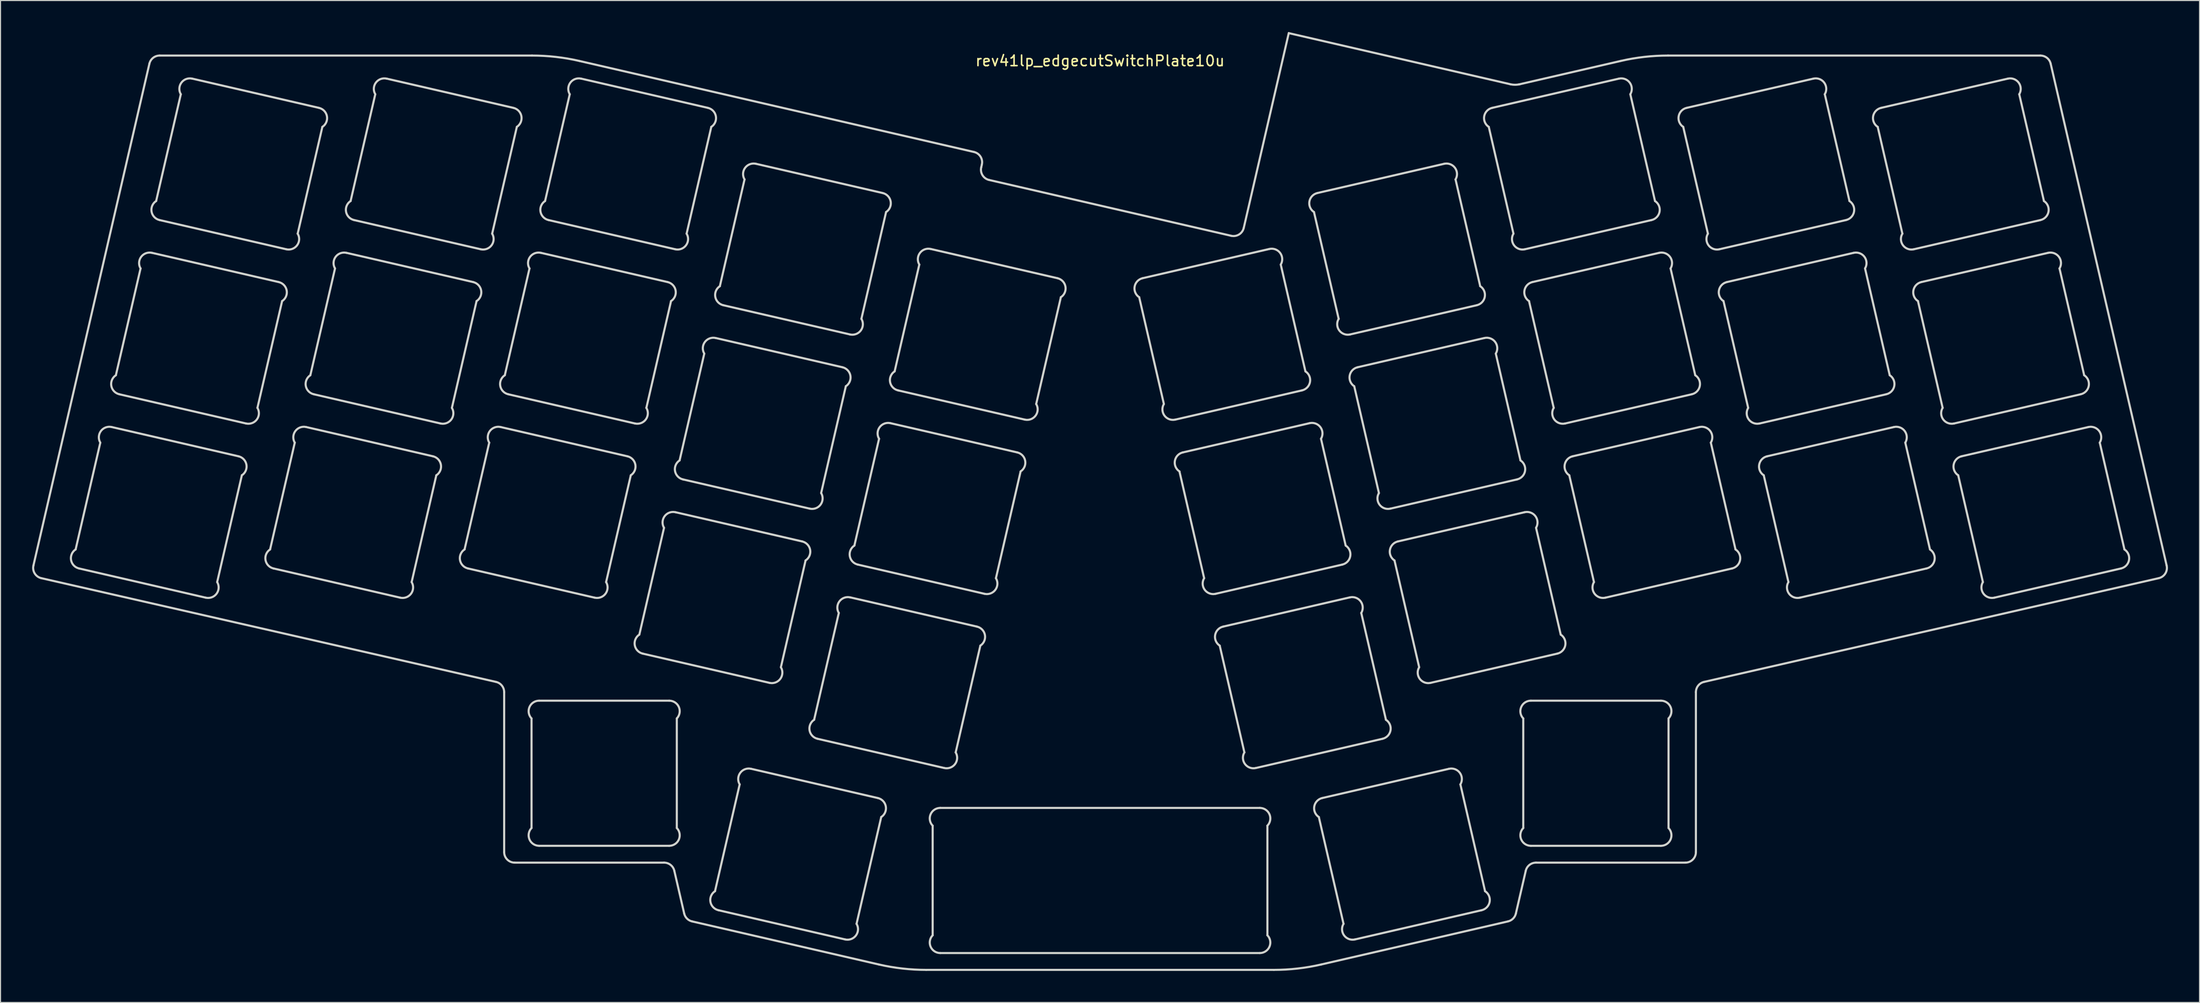
<source format=kicad_pcb>
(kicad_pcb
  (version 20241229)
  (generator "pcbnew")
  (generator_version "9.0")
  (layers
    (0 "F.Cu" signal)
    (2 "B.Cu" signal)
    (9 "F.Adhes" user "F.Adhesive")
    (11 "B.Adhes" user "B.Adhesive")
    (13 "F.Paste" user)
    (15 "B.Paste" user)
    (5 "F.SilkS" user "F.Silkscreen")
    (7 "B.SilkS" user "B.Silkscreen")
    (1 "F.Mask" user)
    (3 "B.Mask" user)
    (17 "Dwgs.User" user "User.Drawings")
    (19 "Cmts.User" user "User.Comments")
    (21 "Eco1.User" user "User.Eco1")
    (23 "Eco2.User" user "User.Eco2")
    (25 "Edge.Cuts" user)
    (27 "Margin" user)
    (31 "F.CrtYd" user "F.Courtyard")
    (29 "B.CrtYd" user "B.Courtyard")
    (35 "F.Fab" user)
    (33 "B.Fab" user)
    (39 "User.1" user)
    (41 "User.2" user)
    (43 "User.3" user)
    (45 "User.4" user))
  (footprint "rev41lp_edgecutSwitchPlate10u"
    (layer "F.Cu")
    (at 101.449 2.233)
    (property "Reference" "rev41lp_edgecutSwitchPlate10u" (at 0 0.5 0) (layer "F.SilkS") (effects (font (size 1 1) (thickness 0.15))))
    (attr through_hole)
    (fp_line (start -101.324 48.494) (end -90.307 0.775) (stroke (width 0.2) (type solid)) (layer "Edge.Cuts"))
    (fp_line (start -96.99 48.769) (end -84.953 51.548) (stroke (width 0.2) (type solid)) (layer "Edge.Cuts"))
    (fp_line (start -94.971 36.807) (end -97.314 46.959) (stroke (width 0.2) (type solid)) (layer "Edge.Cuts"))
    (fp_line (start -93.166 32.205) (end -81.129 34.984) (stroke (width 0.2) (type solid)) (layer "Edge.Cuts"))
    (fp_line (start -91.146 20.243) (end -93.49 30.395) (stroke (width 0.2) (type solid)) (layer "Edge.Cuts"))
    (fp_line (start -89.342 15.64) (end -77.304 18.419) (stroke (width 0.2) (type solid)) (layer "Edge.Cuts"))
    (fp_line (start -89.332 0) (end -53.96 0) (stroke (width 0.2) (type solid)) (layer "Edge.Cuts"))
    (fp_line (start -87.322 3.679) (end -89.666 13.83) (stroke (width 0.2) (type solid)) (layer "Edge.Cuts"))
    (fp_line (start -83.868 50.063) (end -81.524 39.912) (stroke (width 0.2) (type solid)) (layer "Edge.Cuts"))
    (fp_line (start -81.848 38.102) (end -93.886 35.323) (stroke (width 0.2) (type solid)) (layer "Edge.Cuts"))
    (fp_line (start -80.044 33.499) (end -77.7 23.347) (stroke (width 0.2) (type solid)) (layer "Edge.Cuts"))
    (fp_line (start -78.516 48.769) (end -66.479 51.548) (stroke (width 0.2) (type solid)) (layer "Edge.Cuts"))
    (fp_line (start -78.024 21.537) (end -90.061 18.758) (stroke (width 0.2) (type solid)) (layer "Edge.Cuts"))
    (fp_line (start -76.497 36.807) (end -78.841 46.959) (stroke (width 0.2) (type solid)) (layer "Edge.Cuts"))
    (fp_line (start -76.22 16.935) (end -73.876 6.783) (stroke (width 0.2) (type solid)) (layer "Edge.Cuts"))
    (fp_line (start -74.692 32.205) (end -62.655 34.984) (stroke (width 0.2) (type solid)) (layer "Edge.Cuts"))
    (fp_line (start -74.2 4.973) (end -86.237 2.194) (stroke (width 0.2) (type solid)) (layer "Edge.Cuts"))
    (fp_line (start -72.673 20.243) (end -75.017 30.395) (stroke (width 0.2) (type solid)) (layer "Edge.Cuts"))
    (fp_line (start -70.868 15.64) (end -58.831 18.419) (stroke (width 0.2) (type solid)) (layer "Edge.Cuts"))
    (fp_line (start -68.849 3.679) (end -71.192 13.83) (stroke (width 0.2) (type solid)) (layer "Edge.Cuts"))
    (fp_line (start -65.394 50.063) (end -63.051 39.912) (stroke (width 0.2) (type solid)) (layer "Edge.Cuts"))
    (fp_line (start -63.375 38.102) (end -75.412 35.323) (stroke (width 0.2) (type solid)) (layer "Edge.Cuts"))
    (fp_line (start -61.57 33.499) (end -59.227 23.347) (stroke (width 0.2) (type solid)) (layer "Edge.Cuts"))
    (fp_line (start -60.043 48.769) (end -48.006 51.548) (stroke (width 0.2) (type solid)) (layer "Edge.Cuts"))
    (fp_line (start -59.551 21.537) (end -71.588 18.758) (stroke (width 0.2) (type solid)) (layer "Edge.Cuts"))
    (fp_line (start -58.024 36.807) (end -60.367 46.959) (stroke (width 0.2) (type solid)) (layer "Edge.Cuts"))
    (fp_line (start -57.746 16.935) (end -55.402 6.783) (stroke (width 0.2) (type solid)) (layer "Edge.Cuts"))
    (fp_line (start -57.38 59.556) (end -100.574 49.693) (stroke (width 0.2) (type solid)) (layer "Edge.Cuts"))
    (fp_line (start -56.605 75.741) (end -56.605 60.53) (stroke (width 0.2) (type solid)) (layer "Edge.Cuts"))
    (fp_line (start -56.219 32.205) (end -44.182 34.984) (stroke (width 0.2) (type solid)) (layer "Edge.Cuts"))
    (fp_line (start -55.727 4.973) (end -67.764 2.194) (stroke (width 0.2) (type solid)) (layer "Edge.Cuts"))
    (fp_line (start -54.199 20.243) (end -56.543 30.395) (stroke (width 0.2) (type solid)) (layer "Edge.Cuts"))
    (fp_line (start -54.005 63.031) (end -54.005 73.45) (stroke (width 0.2) (type solid)) (layer "Edge.Cuts"))
    (fp_line (start -53.282 75.141) (end -40.928 75.141) (stroke (width 0.2) (type solid)) (layer "Edge.Cuts"))
    (fp_line (start -52.395 15.64) (end -40.358 18.419) (stroke (width 0.2) (type solid)) (layer "Edge.Cuts"))
    (fp_line (start -50.375 3.679) (end -52.719 13.83) (stroke (width 0.2) (type solid)) (layer "Edge.Cuts"))
    (fp_line (start -49.461 0.513) (end -11.976 9.167) (stroke (width 0.2) (type solid)) (layer "Edge.Cuts"))
    (fp_line (start -46.921 50.063) (end -44.577 39.912) (stroke (width 0.2) (type solid)) (layer "Edge.Cuts"))
    (fp_line (start -44.902 38.102) (end -56.939 35.323) (stroke (width 0.2) (type solid)) (layer "Edge.Cuts"))
    (fp_line (start -43.439 56.867) (end -31.402 59.646) (stroke (width 0.2) (type solid)) (layer "Edge.Cuts"))
    (fp_line (start -43.097 33.499) (end -40.753 23.347) (stroke (width 0.2) (type solid)) (layer "Edge.Cuts"))
    (fp_line (start -41.42 44.906) (end -43.763 55.057) (stroke (width 0.2) (type solid)) (layer "Edge.Cuts"))
    (fp_line (start -41.416 76.741) (end -55.605 76.741) (stroke (width 0.2) (type solid)) (layer "Edge.Cuts"))
    (fp_line (start -41.077 21.537) (end -53.114 18.758) (stroke (width 0.2) (type solid)) (layer "Edge.Cuts"))
    (fp_line (start -40.928 61.341) (end -53.282 61.341) (stroke (width 0.2) (type solid)) (layer "Edge.Cuts"))
    (fp_line (start -40.205 73.45) (end -40.205 63.031) (stroke (width 0.2) (type solid)) (layer "Edge.Cuts"))
    (fp_line (start -39.615 40.303) (end -27.578 43.082) (stroke (width 0.2) (type solid)) (layer "Edge.Cuts"))
    (fp_line (start -39.503 81.58) (end -40.442 77.516) (stroke (width 0.2) (type solid)) (layer "Edge.Cuts"))
    (fp_line (start -39.273 16.935) (end -36.929 6.783) (stroke (width 0.2) (type solid)) (layer "Edge.Cuts"))
    (fp_line (start -37.596 28.341) (end -39.939 38.493) (stroke (width 0.2) (type solid)) (layer "Edge.Cuts"))
    (fp_line (start -37.253 4.973) (end -49.29 2.194) (stroke (width 0.2) (type solid)) (layer "Edge.Cuts"))
    (fp_line (start -36.252 81.265) (end -24.215 84.044) (stroke (width 0.2) (type solid)) (layer "Edge.Cuts"))
    (fp_line (start -35.791 23.739) (end -23.754 26.518) (stroke (width 0.2) (type solid)) (layer "Edge.Cuts"))
    (fp_line (start -34.233 69.303) (end -36.576 79.455) (stroke (width 0.2) (type solid)) (layer "Edge.Cuts"))
    (fp_line (start -33.771 11.777) (end -36.115 21.929) (stroke (width 0.2) (type solid)) (layer "Edge.Cuts"))
    (fp_line (start -30.317 58.161) (end -27.973 48.01) (stroke (width 0.2) (type solid)) (layer "Edge.Cuts"))
    (fp_line (start -28.298 46.2) (end -40.335 43.421) (stroke (width 0.2) (type solid)) (layer "Edge.Cuts"))
    (fp_line (start -26.835 64.965) (end -14.798 67.744) (stroke (width 0.2) (type solid)) (layer "Edge.Cuts"))
    (fp_line (start -26.493 41.597) (end -24.149 31.446) (stroke (width 0.2) (type solid)) (layer "Edge.Cuts"))
    (fp_line (start -24.816 53.004) (end -27.16 63.155) (stroke (width 0.2) (type solid)) (layer "Edge.Cuts"))
    (fp_line (start -24.474 29.636) (end -36.511 26.857) (stroke (width 0.2) (type solid)) (layer "Edge.Cuts"))
    (fp_line (start -23.13 82.559) (end -20.786 72.408) (stroke (width 0.2) (type solid)) (layer "Edge.Cuts"))
    (fp_line (start -23.011 48.401) (end -10.974 51.18) (stroke (width 0.2) (type solid)) (layer "Edge.Cuts"))
    (fp_line (start -22.669 25.033) (end -20.325 14.881) (stroke (width 0.2) (type solid)) (layer "Edge.Cuts"))
    (fp_line (start -21.111 70.598) (end -33.148 67.819) (stroke (width 0.2) (type solid)) (layer "Edge.Cuts"))
    (fp_line (start -21.01 86.426) (end -38.754 82.329) (stroke (width 0.2) (type solid)) (layer "Edge.Cuts"))
    (fp_line (start -20.992 36.44) (end -23.335 46.591) (stroke (width 0.2) (type solid)) (layer "Edge.Cuts"))
    (fp_line (start -20.649 13.071) (end -32.686 10.292) (stroke (width 0.2) (type solid)) (layer "Edge.Cuts"))
    (fp_line (start -19.187 31.837) (end -7.15 34.616) (stroke (width 0.2) (type solid)) (layer "Edge.Cuts"))
    (fp_line (start -17.168 19.875) (end -19.511 30.027) (stroke (width 0.2) (type solid)) (layer "Edge.Cuts"))
    (fp_line (start -15.9 73.229) (end -15.9 83.648) (stroke (width 0.2) (type solid)) (layer "Edge.Cuts"))
    (fp_line (start -15.177 85.338) (end 15.177 85.338) (stroke (width 0.2) (type solid)) (layer "Edge.Cuts"))
    (fp_line (start -13.713 66.26) (end -11.37 56.108) (stroke (width 0.2) (type solid)) (layer "Edge.Cuts"))
    (fp_line (start -11.694 54.298) (end -23.731 51.519) (stroke (width 0.2) (type solid)) (layer "Edge.Cuts"))
    (fp_line (start -11.227 10.366) (end -11.287 10.629) (stroke (width 0.2) (type solid)) (layer "Edge.Cuts"))
    (fp_line (start -10.538 11.828) (end 12.454 17.136) (stroke (width 0.2) (type solid)) (layer "Edge.Cuts"))
    (fp_line (start -9.889 49.695) (end -7.545 39.544) (stroke (width 0.2) (type solid)) (layer "Edge.Cuts"))
    (fp_line (start -7.87 37.734) (end -19.907 34.955) (stroke (width 0.2) (type solid)) (layer "Edge.Cuts"))
    (fp_line (start -6.065 33.131) (end -3.721 22.98) (stroke (width 0.2) (type solid)) (layer "Edge.Cuts"))
    (fp_line (start -4.046 21.17) (end -16.083 18.391) (stroke (width 0.2) (type solid)) (layer "Edge.Cuts"))
    (fp_line (start 3.721 22.98) (end 6.065 33.131) (stroke (width 0.2) (type solid)) (layer "Edge.Cuts"))
    (fp_line (start 7.15 34.616) (end 19.187 31.837) (stroke (width 0.2) (type solid)) (layer "Edge.Cuts"))
    (fp_line (start 7.545 39.544) (end 9.889 49.695) (stroke (width 0.2) (type solid)) (layer "Edge.Cuts"))
    (fp_line (start 10.974 51.18) (end 23.011 48.401) (stroke (width 0.2) (type solid)) (layer "Edge.Cuts"))
    (fp_line (start 11.37 56.108) (end 13.713 66.26) (stroke (width 0.2) (type solid)) (layer "Edge.Cuts"))
    (fp_line (start 13.653 16.387) (end 17.929 -2.133) (stroke (width 0.2) (type solid)) (layer "Edge.Cuts"))
    (fp_line (start 14.798 67.744) (end 26.835 64.965) (stroke (width 0.2) (type solid)) (layer "Edge.Cuts"))
    (fp_line (start 15.177 71.538) (end -15.177 71.538) (stroke (width 0.2) (type solid)) (layer "Edge.Cuts"))
    (fp_line (start 15.9 83.648) (end 15.9 73.229) (stroke (width 0.2) (type solid)) (layer "Edge.Cuts"))
    (fp_line (start 16.083 18.391) (end 4.046 21.17) (stroke (width 0.2) (type solid)) (layer "Edge.Cuts"))
    (fp_line (start 16.511 86.938) (end -16.511 86.938) (stroke (width 0.2) (type solid)) (layer "Edge.Cuts"))
    (fp_line (start 17.929 -2.133) (end 38.975 2.726) (stroke (width 0.2) (type solid)) (layer "Edge.Cuts"))
    (fp_line (start 19.511 30.027) (end 17.168 19.875) (stroke (width 0.2) (type solid)) (layer "Edge.Cuts"))
    (fp_line (start 19.907 34.955) (end 7.87 37.734) (stroke (width 0.2) (type solid)) (layer "Edge.Cuts"))
    (fp_line (start 20.325 14.881) (end 22.669 25.033) (stroke (width 0.2) (type solid)) (layer "Edge.Cuts"))
    (fp_line (start 20.786 72.408) (end 23.13 82.559) (stroke (width 0.2) (type solid)) (layer "Edge.Cuts"))
    (fp_line (start 23.335 46.591) (end 20.992 36.44) (stroke (width 0.2) (type solid)) (layer "Edge.Cuts"))
    (fp_line (start 23.731 51.519) (end 11.694 54.298) (stroke (width 0.2) (type solid)) (layer "Edge.Cuts"))
    (fp_line (start 23.754 26.518) (end 35.791 23.739) (stroke (width 0.2) (type solid)) (layer "Edge.Cuts"))
    (fp_line (start 24.149 31.446) (end 26.493 41.597) (stroke (width 0.2) (type solid)) (layer "Edge.Cuts"))
    (fp_line (start 24.215 84.044) (end 36.252 81.265) (stroke (width 0.2) (type solid)) (layer "Edge.Cuts"))
    (fp_line (start 27.16 63.155) (end 24.816 53.004) (stroke (width 0.2) (type solid)) (layer "Edge.Cuts"))
    (fp_line (start 27.578 43.082) (end 39.615 40.303) (stroke (width 0.2) (type solid)) (layer "Edge.Cuts"))
    (fp_line (start 27.973 48.01) (end 30.317 58.161) (stroke (width 0.2) (type solid)) (layer "Edge.Cuts"))
    (fp_line (start 31.402 59.646) (end 43.439 56.867) (stroke (width 0.2) (type solid)) (layer "Edge.Cuts"))
    (fp_line (start 32.686 10.292) (end 20.649 13.071) (stroke (width 0.2) (type solid)) (layer "Edge.Cuts"))
    (fp_line (start 33.148 67.819) (end 21.111 70.598) (stroke (width 0.2) (type solid)) (layer "Edge.Cuts"))
    (fp_line (start 36.115 21.929) (end 33.771 11.777) (stroke (width 0.2) (type solid)) (layer "Edge.Cuts"))
    (fp_line (start 36.511 26.857) (end 24.474 29.636) (stroke (width 0.2) (type solid)) (layer "Edge.Cuts"))
    (fp_line (start 36.576 79.455) (end 34.233 69.303) (stroke (width 0.2) (type solid)) (layer "Edge.Cuts"))
    (fp_line (start 36.929 6.783) (end 39.273 16.935) (stroke (width 0.2) (type solid)) (layer "Edge.Cuts"))
    (fp_line (start 38.754 82.329) (end 21.01 86.426) (stroke (width 0.2) (type solid)) (layer "Edge.Cuts"))
    (fp_line (start 39.778 2.748) (end 49.461 0.513) (stroke (width 0.2) (type solid)) (layer "Edge.Cuts"))
    (fp_line (start 39.939 38.493) (end 37.596 28.341) (stroke (width 0.2) (type solid)) (layer "Edge.Cuts"))
    (fp_line (start 40.205 63.031) (end 40.205 73.45) (stroke (width 0.2) (type solid)) (layer "Edge.Cuts"))
    (fp_line (start 40.335 43.421) (end 28.298 46.2) (stroke (width 0.2) (type solid)) (layer "Edge.Cuts"))
    (fp_line (start 40.358 18.419) (end 52.395 15.64) (stroke (width 0.2) (type solid)) (layer "Edge.Cuts"))
    (fp_line (start 40.442 77.516) (end 39.503 81.58) (stroke (width 0.2) (type solid)) (layer "Edge.Cuts"))
    (fp_line (start 40.753 23.347) (end 43.097 33.499) (stroke (width 0.2) (type solid)) (layer "Edge.Cuts"))
    (fp_line (start 40.928 75.141) (end 53.282 75.141) (stroke (width 0.2) (type solid)) (layer "Edge.Cuts"))
    (fp_line (start 43.763 55.057) (end 41.42 44.906) (stroke (width 0.2) (type solid)) (layer "Edge.Cuts"))
    (fp_line (start 44.182 34.984) (end 56.219 32.205) (stroke (width 0.2) (type solid)) (layer "Edge.Cuts"))
    (fp_line (start 44.577 39.912) (end 46.921 50.063) (stroke (width 0.2) (type solid)) (layer "Edge.Cuts"))
    (fp_line (start 48.006 51.548) (end 60.043 48.769) (stroke (width 0.2) (type solid)) (layer "Edge.Cuts"))
    (fp_line (start 49.29 2.194) (end 37.253 4.973) (stroke (width 0.2) (type solid)) (layer "Edge.Cuts"))
    (fp_line (start 52.719 13.83) (end 50.375 3.679) (stroke (width 0.2) (type solid)) (layer "Edge.Cuts"))
    (fp_line (start 53.114 18.758) (end 41.077 21.537) (stroke (width 0.2) (type solid)) (layer "Edge.Cuts"))
    (fp_line (start 53.282 61.341) (end 40.928 61.341) (stroke (width 0.2) (type solid)) (layer "Edge.Cuts"))
    (fp_line (start 53.96 0) (end 89.332 0) (stroke (width 0.2) (type solid)) (layer "Edge.Cuts"))
    (fp_line (start 54.005 73.45) (end 54.005 63.031) (stroke (width 0.2) (type solid)) (layer "Edge.Cuts"))
    (fp_line (start 55.402 6.783) (end 57.746 16.935) (stroke (width 0.2) (type solid)) (layer "Edge.Cuts"))
    (fp_line (start 55.605 76.741) (end 41.416 76.741) (stroke (width 0.2) (type solid)) (layer "Edge.Cuts"))
    (fp_line (start 56.543 30.395) (end 54.199 20.243) (stroke (width 0.2) (type solid)) (layer "Edge.Cuts"))
    (fp_line (start 56.605 60.53) (end 56.605 75.741) (stroke (width 0.2) (type solid)) (layer "Edge.Cuts"))
    (fp_line (start 56.939 35.323) (end 44.902 38.102) (stroke (width 0.2) (type solid)) (layer "Edge.Cuts"))
    (fp_line (start 58.831 18.419) (end 70.868 15.64) (stroke (width 0.2) (type solid)) (layer "Edge.Cuts"))
    (fp_line (start 59.227 23.347) (end 61.57 33.499) (stroke (width 0.2) (type solid)) (layer "Edge.Cuts"))
    (fp_line (start 60.367 46.959) (end 58.024 36.807) (stroke (width 0.2) (type solid)) (layer "Edge.Cuts"))
    (fp_line (start 62.655 34.984) (end 74.692 32.205) (stroke (width 0.2) (type solid)) (layer "Edge.Cuts"))
    (fp_line (start 63.051 39.912) (end 65.394 50.063) (stroke (width 0.2) (type solid)) (layer "Edge.Cuts"))
    (fp_line (start 66.479 51.548) (end 78.516 48.769) (stroke (width 0.2) (type solid)) (layer "Edge.Cuts"))
    (fp_line (start 67.764 2.194) (end 55.727 4.973) (stroke (width 0.2) (type solid)) (layer "Edge.Cuts"))
    (fp_line (start 71.192 13.83) (end 68.849 3.679) (stroke (width 0.2) (type solid)) (layer "Edge.Cuts"))
    (fp_line (start 71.588 18.758) (end 59.551 21.537) (stroke (width 0.2) (type solid)) (layer "Edge.Cuts"))
    (fp_line (start 73.876 6.783) (end 76.22 16.935) (stroke (width 0.2) (type solid)) (layer "Edge.Cuts"))
    (fp_line (start 75.017 30.395) (end 72.673 20.243) (stroke (width 0.2) (type solid)) (layer "Edge.Cuts"))
    (fp_line (start 75.412 35.323) (end 63.375 38.102) (stroke (width 0.2) (type solid)) (layer "Edge.Cuts"))
    (fp_line (start 77.304 18.419) (end 89.342 15.64) (stroke (width 0.2) (type solid)) (layer "Edge.Cuts"))
    (fp_line (start 77.7 23.347) (end 80.044 33.499) (stroke (width 0.2) (type solid)) (layer "Edge.Cuts"))
    (fp_line (start 78.841 46.959) (end 76.497 36.807) (stroke (width 0.2) (type solid)) (layer "Edge.Cuts"))
    (fp_line (start 81.129 34.984) (end 93.166 32.205) (stroke (width 0.2) (type solid)) (layer "Edge.Cuts"))
    (fp_line (start 81.524 39.912) (end 83.868 50.063) (stroke (width 0.2) (type solid)) (layer "Edge.Cuts"))
    (fp_line (start 84.953 51.548) (end 96.99 48.769) (stroke (width 0.2) (type solid)) (layer "Edge.Cuts"))
    (fp_line (start 86.237 2.194) (end 74.2 4.973) (stroke (width 0.2) (type solid)) (layer "Edge.Cuts"))
    (fp_line (start 89.666 13.83) (end 87.322 3.679) (stroke (width 0.2) (type solid)) (layer "Edge.Cuts"))
    (fp_line (start 90.061 18.758) (end 78.024 21.537) (stroke (width 0.2) (type solid)) (layer "Edge.Cuts"))
    (fp_line (start 90.307 0.775) (end 101.324 48.494) (stroke (width 0.2) (type solid)) (layer "Edge.Cuts"))
    (fp_line (start 93.49 30.395) (end 91.146 20.243) (stroke (width 0.2) (type solid)) (layer "Edge.Cuts"))
    (fp_line (start 93.886 35.323) (end 81.848 38.102) (stroke (width 0.2) (type solid)) (layer "Edge.Cuts"))
    (fp_line (start 97.314 46.959) (end 94.971 36.807) (stroke (width 0.2) (type solid)) (layer "Edge.Cuts"))
    (fp_line (start 100.574 49.693) (end 57.38 59.556) (stroke (width 0.2) (type solid)) (layer "Edge.Cuts"))
    (fp_arc (start -100.574096 49.692873) (mid -101.197193 49.248422) (end -101.323515 48.493552) (stroke (width 0.2) (type solid)) (layer "Edge.Cuts"))
    (fp_arc (start -96.989929 48.768945) (mid -97.749306 47.970916) (end -97.314195 46.958897) (stroke (width 0.2) (type solid)) (layer "Edge.Cuts"))
    (fp_arc (start -94.970528 36.807351) (mid -94.917962 35.707013) (end -93.885604 35.322639) (stroke (width 0.2) (type solid)) (layer "Edge.Cuts"))
    (fp_arc (start -93.165761 32.204655) (mid -93.925139 31.406625) (end -93.490027 30.394605) (stroke (width 0.2) (type solid)) (layer "Edge.Cuts"))
    (fp_arc (start -91.146359 20.243061) (mid -91.093795 19.142723) (end -90.061437 18.758348) (stroke (width 0.2) (type solid)) (layer "Edge.Cuts"))
    (fp_arc (start -90.306829 0.775048) (mid -89.954974 0.217392) (end -89.33246 0) (stroke (width 0.2) (type solid)) (layer "Edge.Cuts"))
    (fp_arc (start -89.341593 15.640364) (mid -90.100971 14.842334) (end -89.66586 13.830314) (stroke (width 0.2) (type solid)) (layer "Edge.Cuts"))
    (fp_arc (start -87.322191 3.67877) (mid -87.269627 2.578432) (end -86.237269 2.194057) (stroke (width 0.2) (type solid)) (layer "Edge.Cuts"))
    (fp_arc (start -83.867888 50.063221) (mid -83.920452 51.163559) (end -84.95281 51.547934) (stroke (width 0.2) (type solid)) (layer "Edge.Cuts"))
    (fp_arc (start -81.848486 38.101627) (mid -81.089108 38.899657) (end -81.52422 39.911677) (stroke (width 0.2) (type solid)) (layer "Edge.Cuts"))
    (fp_arc (start -80.04372 33.49893) (mid -80.096284 34.599268) (end -81.128642 34.983643) (stroke (width 0.2) (type solid)) (layer "Edge.Cuts"))
    (fp_arc (start -78.516455 48.768945) (mid -79.275831 47.970916) (end -78.840721 46.958897) (stroke (width 0.2) (type solid)) (layer "Edge.Cuts"))
    (fp_arc (start -78.024318 21.537336) (mid -77.26494 22.335366) (end -77.700052 23.347386) (stroke (width 0.2) (type solid)) (layer "Edge.Cuts"))
    (fp_arc (start -76.497053 36.807352) (mid -76.44449 35.707013) (end -75.412131 35.322639) (stroke (width 0.2) (type solid)) (layer "Edge.Cuts"))
    (fp_arc (start -76.219552 16.934639) (mid -76.272116 18.034977) (end -77.304474 18.419352) (stroke (width 0.2) (type solid)) (layer "Edge.Cuts"))
    (fp_arc (start -74.692286 32.204655) (mid -75.451663 31.406625) (end -75.016553 30.394605) (stroke (width 0.2) (type solid)) (layer "Edge.Cuts"))
    (fp_arc (start -74.20015 4.973045) (mid -73.440773 5.771075) (end -73.875885 6.783094) (stroke (width 0.2) (type solid)) (layer "Edge.Cuts"))
    (fp_arc (start -72.672886 20.243062) (mid -72.620323 19.142722) (end -71.587963 18.758348) (stroke (width 0.2) (type solid)) (layer "Edge.Cuts"))
    (fp_arc (start -70.868119 15.640364) (mid -71.627496 14.842334) (end -71.192385 13.830314) (stroke (width 0.2) (type solid)) (layer "Edge.Cuts"))
    (fp_arc (start -68.848717 3.67877) (mid -68.796153 2.578432) (end -67.763795 2.194057) (stroke (width 0.2) (type solid)) (layer "Edge.Cuts"))
    (fp_arc (start -65.394414 50.063222) (mid -65.446979 51.163559) (end -66.479336 51.547934) (stroke (width 0.2) (type solid)) (layer "Edge.Cuts"))
    (fp_arc (start -63.375012 38.101629) (mid -62.615635 38.899658) (end -63.050746 39.911677) (stroke (width 0.2) (type solid)) (layer "Edge.Cuts"))
    (fp_arc (start -61.570246 33.49893) (mid -61.62281 34.599268) (end -62.655168 34.983643) (stroke (width 0.2) (type solid)) (layer "Edge.Cuts"))
    (fp_arc (start -60.042981 48.768945) (mid -60.802358 47.970916) (end -60.367247 46.958897) (stroke (width 0.2) (type solid)) (layer "Edge.Cuts"))
    (fp_arc (start -59.550844 21.537336) (mid -58.791467 22.335366) (end -59.226578 23.347386) (stroke (width 0.2) (type solid)) (layer "Edge.Cuts"))
    (fp_arc (start -58.023579 36.807352) (mid -57.971015 35.707014) (end -56.938657 35.322639) (stroke (width 0.2) (type solid)) (layer "Edge.Cuts"))
    (fp_arc (start -57.746078 16.934639) (mid -57.798642 18.034977) (end -58.831 18.419352) (stroke (width 0.2) (type solid)) (layer "Edge.Cuts"))
    (fp_arc (start -57.380101 59.555682) (mid -56.822443 59.907537) (end -56.605052 60.530052) (stroke (width 0.2) (type solid)) (layer "Edge.Cuts"))
    (fp_arc (start -56.218813 32.204656) (mid -56.978191 31.406625) (end -56.543079 30.394605) (stroke (width 0.2) (type solid)) (layer "Edge.Cuts"))
    (fp_arc (start -55.726676 4.973045) (mid -54.967299 5.771075) (end -55.40241 6.783095) (stroke (width 0.2) (type solid)) (layer "Edge.Cuts"))
    (fp_arc (start -55.605051 76.74074) (mid -56.312159 76.447848) (end -56.605052 75.74074) (stroke (width 0.2) (type solid)) (layer "Edge.Cuts"))
    (fp_arc (start -54.199411 20.243061) (mid -54.146848 19.142722) (end -53.114489 18.758348) (stroke (width 0.2) (type solid)) (layer "Edge.Cuts"))
    (fp_arc (start -54.005052 63.031454) (mid -54.201357 61.947493) (end -53.281924 61.34074) (stroke (width 0.2) (type solid)) (layer "Edge.Cuts"))
    (fp_arc (start -53.959881 -0.000001) (mid -51.695817 0.128562) (end -49.460861 0.512598) (stroke (width 0.2) (type solid)) (layer "Edge.Cuts"))
    (fp_arc (start -53.281924 75.14074) (mid -54.201357 74.533987) (end -54.005052 73.450026) (stroke (width 0.2) (type solid)) (layer "Edge.Cuts"))
    (fp_arc (start -52.394645 15.640364) (mid -53.154022 14.842334) (end -52.718911 13.830314) (stroke (width 0.2) (type solid)) (layer "Edge.Cuts"))
    (fp_arc (start -50.375243 3.67877) (mid -50.322679 2.578432) (end -49.290321 2.194057) (stroke (width 0.2) (type solid)) (layer "Edge.Cuts"))
    (fp_arc (start -46.92094 50.063221) (mid -46.973504 51.163559) (end -48.005862 51.547934) (stroke (width 0.2) (type solid)) (layer "Edge.Cuts"))
    (fp_arc (start -44.901538 38.101627) (mid -44.14216 38.899657) (end -44.577272 39.911677) (stroke (width 0.2) (type solid)) (layer "Edge.Cuts"))
    (fp_arc (start -43.439133 56.867184) (mid -44.198511 56.069154) (end -43.763399 55.057133) (stroke (width 0.2) (type solid)) (layer "Edge.Cuts"))
    (fp_arc (start -43.096772 33.49893) (mid -43.149336 34.599268) (end -44.181694 34.983643) (stroke (width 0.2) (type solid)) (layer "Edge.Cuts"))
    (fp_arc (start -41.41973 44.90559) (mid -41.367166 43.805252) (end -40.334808 43.420877) (stroke (width 0.2) (type solid)) (layer "Edge.Cuts"))
    (fp_arc (start -41.416042 76.74074) (mid -40.793528 76.958132) (end -40.441671 77.515789) (stroke (width 0.2) (type solid)) (layer "Edge.Cuts"))
    (fp_arc (start -41.07737 21.537336) (mid -40.317993 22.335366) (end -40.753104 23.347386) (stroke (width 0.2) (type solid)) (layer "Edge.Cuts"))
    (fp_arc (start -40.928178 61.34074) (mid -40.008746 61.947494) (end -40.205052 63.031455) (stroke (width 0.2) (type solid)) (layer "Edge.Cuts"))
    (fp_arc (start -40.205051 73.450026) (mid -40.008745 74.533988) (end -40.928179 75.14074) (stroke (width 0.2) (type solid)) (layer "Edge.Cuts"))
    (fp_arc (start -39.614965 40.302893) (mid -40.374343 39.504863) (end -39.939231 38.492843) (stroke (width 0.2) (type solid)) (layer "Edge.Cuts"))
    (fp_arc (start -39.272604 16.934639) (mid -39.325168 18.034977) (end -40.357526 18.419352) (stroke (width 0.2) (type solid)) (layer "Edge.Cuts"))
    (fp_arc (start -38.753975 82.329336) (mid -39.236131 82.062073) (end -39.503394 81.579917) (stroke (width 0.2) (type solid)) (layer "Edge.Cuts"))
    (fp_arc (start -37.595562 28.341299) (mid -37.542998 27.240961) (end -36.51064 26.856586) (stroke (width 0.2) (type solid)) (layer "Edge.Cuts"))
    (fp_arc (start -37.253202 4.973045) (mid -36.493825 5.771075) (end -36.928936 6.783095) (stroke (width 0.2) (type solid)) (layer "Edge.Cuts"))
    (fp_arc (start -36.252138 81.264845) (mid -37.011514 80.466815) (end -36.576402 79.454795) (stroke (width 0.2) (type solid)) (layer "Edge.Cuts"))
    (fp_arc (start -35.790797 23.738602) (mid -36.550174 22.940572) (end -36.115063 21.928552) (stroke (width 0.2) (type solid)) (layer "Edge.Cuts"))
    (fp_arc (start -34.232733 69.303251) (mid -34.180169 68.202913) (end -33.147811 67.818538) (stroke (width 0.2) (type solid)) (layer "Edge.Cuts"))
    (fp_arc (start -33.771394 11.777008) (mid -33.718831 10.676669) (end -32.686472 10.292295) (stroke (width 0.2) (type solid)) (layer "Edge.Cuts"))
    (fp_arc (start -30.317092 58.161459) (mid -30.369655 59.261798) (end -31.402014 59.646172) (stroke (width 0.2) (type solid)) (layer "Edge.Cuts"))
    (fp_arc (start -28.297689 46.199864) (mid -27.53831 46.997895) (end -27.973423 48.009915) (stroke (width 0.2) (type solid)) (layer "Edge.Cuts"))
    (fp_arc (start -26.835284 64.965422) (mid -27.594662 64.167392) (end -27.15955 63.155372) (stroke (width 0.2) (type solid)) (layer "Edge.Cuts"))
    (fp_arc (start -26.492924 41.597168) (mid -26.545488 42.697506) (end -27.577846 43.081881) (stroke (width 0.2) (type solid)) (layer "Edge.Cuts"))
    (fp_arc (start -24.815882 53.003829) (mid -24.763319 51.90349) (end -23.73096 51.519115) (stroke (width 0.2) (type solid)) (layer "Edge.Cuts"))
    (fp_arc (start -24.473522 29.635573) (mid -23.714145 30.433604) (end -24.149255 31.445624) (stroke (width 0.2) (type solid)) (layer "Edge.Cuts"))
    (fp_arc (start -23.130094 82.559118) (mid -23.182659 83.659457) (end -24.215018 84.043833) (stroke (width 0.2) (type solid)) (layer "Edge.Cuts"))
    (fp_arc (start -23.011116 48.401132) (mid -23.770495 47.603101) (end -23.335382 46.591081) (stroke (width 0.2) (type solid)) (layer "Edge.Cuts"))
    (fp_arc (start -22.668756 25.032877) (mid -22.72132 26.133215) (end -23.753678 26.51759) (stroke (width 0.2) (type solid)) (layer "Edge.Cuts"))
    (fp_arc (start -21.110691 70.597527) (mid -20.351314 71.395557) (end -20.786426 72.407575) (stroke (width 0.2) (type solid)) (layer "Edge.Cuts"))
    (fp_arc (start -20.991713 36.439537) (mid -20.939148 35.3392) (end -19.906792 34.954824) (stroke (width 0.2) (type solid)) (layer "Edge.Cuts"))
    (fp_arc (start -20.649354 13.071282) (mid -19.889973 13.869312) (end -20.325087 14.881333) (stroke (width 0.2) (type solid)) (layer "Edge.Cuts"))
    (fp_arc (start -19.186948 31.836841) (mid -19.946327 31.038811) (end -19.511215 30.02679) (stroke (width 0.2) (type solid)) (layer "Edge.Cuts"))
    (fp_arc (start -17.167546 19.875246) (mid -17.114982 18.774908) (end -16.082624 18.390533) (stroke (width 0.2) (type solid)) (layer "Edge.Cuts"))
    (fp_arc (start -16.510921 86.938468) (mid -18.774985 86.809905) (end -21.009942 86.425869) (stroke (width 0.2) (type solid)) (layer "Edge.Cuts"))
    (fp_arc (start -15.9 73.229182) (mid -16.096305 72.145222) (end -15.176873 71.538468) (stroke (width 0.2) (type solid)) (layer "Edge.Cuts"))
    (fp_arc (start -15.176872 85.338469) (mid -16.096364 84.731708) (end -15.9 83.647753) (stroke (width 0.2) (type solid)) (layer "Edge.Cuts"))
    (fp_arc (start -13.713242 66.259697) (mid -13.765807 67.360036) (end -14.798166 67.74441) (stroke (width 0.2) (type solid)) (layer "Edge.Cuts"))
    (fp_arc (start -11.976098 9.166639) (mid -11.353002 9.611089) (end -11.226679 10.365958) (stroke (width 0.2) (type solid)) (layer "Edge.Cuts"))
    (fp_arc (start -11.693841 54.298103) (mid -10.934463 55.096134) (end -11.369575 56.108154) (stroke (width 0.2) (type solid)) (layer "Edge.Cuts"))
    (fp_arc (start -10.537997 11.82836) (mid -11.161095 11.38391) (end -11.287416 10.629039) (stroke (width 0.2) (type solid)) (layer "Edge.Cuts"))
    (fp_arc (start -9.889076 49.695406) (mid -9.94164 50.795744) (end -10.973998 51.180119) (stroke (width 0.2) (type solid)) (layer "Edge.Cuts"))
    (fp_arc (start -7.869673 37.733812) (mid -7.110295 38.531842) (end -7.545407 39.543862) (stroke (width 0.2) (type solid)) (layer "Edge.Cuts"))
    (fp_arc (start -6.064908 33.131115) (mid -6.117473 34.231452) (end -7.14983 34.615828) (stroke (width 0.2) (type solid)) (layer "Edge.Cuts"))
    (fp_arc (start -4.045505 21.169521) (mid -3.286128 21.967551) (end -3.721239 22.979571) (stroke (width 0.2) (type solid)) (layer "Edge.Cuts"))
    (fp_arc (start 3.721239 22.979571) (mid 3.286128 21.967551) (end 4.045505 21.169521) (stroke (width 0.2) (type solid)) (layer "Edge.Cuts"))
    (fp_arc (start 7.14983 34.615828) (mid 6.11746 34.231437) (end 6.064908 33.131115) (stroke (width 0.2) (type solid)) (layer "Edge.Cuts"))
    (fp_arc (start 7.545407 39.543862) (mid 7.110291 38.531841) (end 7.869673 37.733812) (stroke (width 0.2) (type solid)) (layer "Edge.Cuts"))
    (fp_arc (start 10.973998 51.180119) (mid 9.941587 50.795798) (end 9.889076 49.695406) (stroke (width 0.2) (type solid)) (layer "Edge.Cuts"))
    (fp_arc (start 11.369575 56.108154) (mid 10.934453 55.096132) (end 11.693841 54.298103) (stroke (width 0.2) (type solid)) (layer "Edge.Cuts"))
    (fp_arc (start 13.652883 16.38696) (mid 13.208431 17.010057) (end 12.453561 17.13638) (stroke (width 0.2) (type solid)) (layer "Edge.Cuts"))
    (fp_arc (start 14.798164 67.744409) (mid 13.76577 67.360032) (end 13.713244 66.259697) (stroke (width 0.2) (type solid)) (layer "Edge.Cuts"))
    (fp_arc (start 15.176873 71.538468) (mid 16.096334 72.145234) (end 15.9 73.229182) (stroke (width 0.2) (type solid)) (layer "Edge.Cuts"))
    (fp_arc (start 15.899999 83.647754) (mid 16.096309 84.731719) (end 15.176872 85.338468) (stroke (width 0.2) (type solid)) (layer "Edge.Cuts"))
    (fp_arc (start 16.082624 18.390533) (mid 17.114992 18.774881) (end 17.167546 19.875246) (stroke (width 0.2) (type solid)) (layer "Edge.Cuts"))
    (fp_arc (start 19.511214 30.026789) (mid 19.946325 31.038807) (end 19.186947 31.83684) (stroke (width 0.2) (type solid)) (layer "Edge.Cuts"))
    (fp_arc (start 19.906792 34.954824) (mid 20.939069 35.339227) (end 20.991713 36.439537) (stroke (width 0.2) (type solid)) (layer "Edge.Cuts"))
    (fp_arc (start 20.325088 14.881333) (mid 19.889976 13.869314) (end 20.649355 13.071283) (stroke (width 0.2) (type solid)) (layer "Edge.Cuts"))
    (fp_arc (start 20.786426 72.407576) (mid 20.351318 71.395559) (end 21.110691 70.597526) (stroke (width 0.2) (type solid)) (layer "Edge.Cuts"))
    (fp_arc (start 21.009942 86.425869) (mid 18.774985 86.809905) (end 16.510921 86.938468) (stroke (width 0.2) (type solid)) (layer "Edge.Cuts"))
    (fp_arc (start 23.335382 46.591081) (mid 23.770486 47.603097) (end 23.011116 48.401131) (stroke (width 0.2) (type solid)) (layer "Edge.Cuts"))
    (fp_arc (start 23.73096 51.519115) (mid 24.763342 51.903493) (end 24.815882 53.003829) (stroke (width 0.2) (type solid)) (layer "Edge.Cuts"))
    (fp_arc (start 23.753678 26.51759) (mid 22.721272 26.133247) (end 22.668756 25.032877) (stroke (width 0.2) (type solid)) (layer "Edge.Cuts"))
    (fp_arc (start 24.149257 31.445624) (mid 23.71414 30.433607) (end 24.473521 29.635574) (stroke (width 0.2) (type solid)) (layer "Edge.Cuts"))
    (fp_arc (start 24.215017 84.043832) (mid 23.182662 83.659422) (end 23.130095 82.559119) (stroke (width 0.2) (type solid)) (layer "Edge.Cuts"))
    (fp_arc (start 27.15955 63.155372) (mid 27.594656 64.167389) (end 26.835284 64.965422) (stroke (width 0.2) (type solid)) (layer "Edge.Cuts"))
    (fp_arc (start 27.577846 43.081881) (mid 26.545509 42.69749) (end 26.492924 41.597168) (stroke (width 0.2) (type solid)) (layer "Edge.Cuts"))
    (fp_arc (start 27.973423 48.009915) (mid 27.538319 46.997894) (end 28.297689 46.199864) (stroke (width 0.2) (type solid)) (layer "Edge.Cuts"))
    (fp_arc (start 31.402014 59.646172) (mid 30.369667 59.261784) (end 30.317092 58.161459) (stroke (width 0.2) (type solid)) (layer "Edge.Cuts"))
    (fp_arc (start 32.686472 10.292295) (mid 33.718789 10.676698) (end 33.771394 11.777008) (stroke (width 0.2) (type solid)) (layer "Edge.Cuts"))
    (fp_arc (start 33.147811 67.818538) (mid 34.180214 68.202899) (end 34.232733 69.303251) (stroke (width 0.2) (type solid)) (layer "Edge.Cuts"))
    (fp_arc (start 36.115063 21.928552) (mid 36.550145 22.940558) (end 35.790797 23.738602) (stroke (width 0.2) (type solid)) (layer "Edge.Cuts"))
    (fp_arc (start 36.51064 26.856586) (mid 37.543026 27.240941) (end 37.595562 28.341299) (stroke (width 0.2) (type solid)) (layer "Edge.Cuts"))
    (fp_arc (start 36.576402 79.454795) (mid 37.011504 80.466823) (end 36.252137 81.264845) (stroke (width 0.2) (type solid)) (layer "Edge.Cuts"))
    (fp_arc (start 36.928936 6.783095) (mid 36.493829 5.771074) (end 37.253202 4.973045) (stroke (width 0.2) (type solid)) (layer "Edge.Cuts"))
    (fp_arc (start 39.503394 81.579917) (mid 39.236155 82.062105) (end 38.753975 82.329336) (stroke (width 0.2) (type solid)) (layer "Edge.Cuts"))
    (fp_arc (start 39.875009 2.725666) (mid 39.425107 2.776929) (end 38.975205 2.725666) (stroke (width 0.2) (type solid)) (layer "Edge.Cuts"))
    (fp_arc (start 39.939231 38.492843) (mid 40.374308 39.504849) (end 39.614965 40.302893) (stroke (width 0.2) (type solid)) (layer "Edge.Cuts"))
    (fp_arc (start 40.205051 63.031454) (mid 40.008733 61.94748) (end 40.928179 61.34074) (stroke (width 0.2) (type solid)) (layer "Edge.Cuts"))
    (fp_arc (start 40.334808 43.420877) (mid 41.367183 43.805235) (end 41.41973 44.90559) (stroke (width 0.2) (type solid)) (layer "Edge.Cuts"))
    (fp_arc (start 40.357526 18.419352) (mid 39.325229 18.034962) (end 39.272604 16.934639) (stroke (width 0.2) (type solid)) (layer "Edge.Cuts"))
    (fp_arc (start 40.441672 77.515789) (mid 40.79351 76.958095) (end 41.416042 76.74074) (stroke (width 0.2) (type solid)) (layer "Edge.Cuts"))
    (fp_arc (start 40.753104 23.347386) (mid 40.317973 22.33536) (end 41.07737 21.537336) (stroke (width 0.2) (type solid)) (layer "Edge.Cuts"))
    (fp_arc (start 40.928179 75.140739) (mid 40.008724 74.533994) (end 40.205052 73.450026) (stroke (width 0.2) (type solid)) (layer "Edge.Cuts"))
    (fp_arc (start 43.763399 55.057133) (mid 44.198472 56.069139) (end 43.439133 56.867184) (stroke (width 0.2) (type solid)) (layer "Edge.Cuts"))
    (fp_arc (start 44.181694 34.983643) (mid 43.149271 34.599283) (end 43.096772 33.49893) (stroke (width 0.2) (type solid)) (layer "Edge.Cuts"))
    (fp_arc (start 44.577272 39.911677) (mid 44.142144 38.899636) (end 44.901538 38.101627) (stroke (width 0.2) (type solid)) (layer "Edge.Cuts"))
    (fp_arc (start 48.005862 51.547934) (mid 46.973543 51.16355) (end 46.92094 50.063221) (stroke (width 0.2) (type solid)) (layer "Edge.Cuts"))
    (fp_arc (start 49.290321 2.194057) (mid 50.322745 2.578414) (end 50.375243 3.67877) (stroke (width 0.2) (type solid)) (layer "Edge.Cuts"))
    (fp_arc (start 49.460861 0.512599) (mid 51.695817 0.128559) (end 53.959882 0) (stroke (width 0.2) (type solid)) (layer "Edge.Cuts"))
    (fp_arc (start 52.718911 13.830314) (mid 53.154028 14.842348) (end 52.394645 15.640364) (stroke (width 0.2) (type solid)) (layer "Edge.Cuts"))
    (fp_arc (start 53.114489 18.758348) (mid 54.146823 19.142759) (end 54.199411 20.243061) (stroke (width 0.2) (type solid)) (layer "Edge.Cuts"))
    (fp_arc (start 53.281924 61.340739) (mid 54.201315 61.947488) (end 54.005052 63.031455) (stroke (width 0.2) (type solid)) (layer "Edge.Cuts"))
    (fp_arc (start 54.005052 73.450026) (mid 54.20134 74.53399) (end 53.281924 75.14074) (stroke (width 0.2) (type solid)) (layer "Edge.Cuts"))
    (fp_arc (start 55.40241 6.783095) (mid 54.96725 5.771061) (end 55.726676 4.973045) (stroke (width 0.2) (type solid)) (layer "Edge.Cuts"))
    (fp_arc (start 56.543079 30.394605) (mid 56.978255 31.406653) (end 56.218813 32.204656) (stroke (width 0.2) (type solid)) (layer "Edge.Cuts"))
    (fp_arc (start 56.605052 60.530052) (mid 56.822462 59.907556) (end 57.380101 59.555682) (stroke (width 0.2) (type solid)) (layer "Edge.Cuts"))
    (fp_arc (start 56.605052 75.74074) (mid 56.312121 76.447811) (end 55.605051 76.74074) (stroke (width 0.2) (type solid)) (layer "Edge.Cuts"))
    (fp_arc (start 56.938657 35.322639) (mid 57.970945 35.707029) (end 58.023579 36.807352) (stroke (width 0.2) (type solid)) (layer "Edge.Cuts"))
    (fp_arc (start 58.831 18.419352) (mid 57.798597 18.034996) (end 57.746078 16.934639) (stroke (width 0.2) (type solid)) (layer "Edge.Cuts"))
    (fp_arc (start 59.226578 23.347386) (mid 58.791477 22.335366) (end 59.550844 21.537336) (stroke (width 0.2) (type solid)) (layer "Edge.Cuts"))
    (fp_arc (start 60.367247 46.958896) (mid 60.802418 47.970944) (end 60.042981 48.768946) (stroke (width 0.2) (type solid)) (layer "Edge.Cuts"))
    (fp_arc (start 62.655168 34.983643) (mid 61.622754 34.59929) (end 61.570246 33.49893) (stroke (width 0.2) (type solid)) (layer "Edge.Cuts"))
    (fp_arc (start 63.050746 39.911677) (mid 62.615654 38.899659) (end 63.375012 38.101628) (stroke (width 0.2) (type solid)) (layer "Edge.Cuts"))
    (fp_arc (start 66.479336 51.547934) (mid 65.447027 51.163556) (end 65.394414 50.063222) (stroke (width 0.2) (type solid)) (layer "Edge.Cuts"))
    (fp_arc (start 67.763795 2.194057) (mid 68.796149 2.578471) (end 68.848717 3.67877) (stroke (width 0.2) (type solid)) (layer "Edge.Cuts"))
    (fp_arc (start 71.192385 13.830314) (mid 71.62751 14.842308) (end 70.868119 15.640364) (stroke (width 0.2) (type solid)) (layer "Edge.Cuts"))
    (fp_arc (start 71.587963 18.758348) (mid 72.620252 19.142774) (end 72.672886 20.243062) (stroke (width 0.2) (type solid)) (layer "Edge.Cuts"))
    (fp_arc (start 73.875885 6.783094) (mid 73.440746 5.771082) (end 74.20015 4.973045) (stroke (width 0.2) (type solid)) (layer "Edge.Cuts"))
    (fp_arc (start 75.016553 30.394605) (mid 75.45161 31.406585) (end 74.692286 32.204655) (stroke (width 0.2) (type solid)) (layer "Edge.Cuts"))
    (fp_arc (start 75.412131 35.322639) (mid 76.444544 35.707008) (end 76.497053 36.807352) (stroke (width 0.2) (type solid)) (layer "Edge.Cuts"))
    (fp_arc (start 77.304474 18.419352) (mid 76.272081 18.035002) (end 76.219552 16.934639) (stroke (width 0.2) (type solid)) (layer "Edge.Cuts"))
    (fp_arc (start 77.700052 23.347386) (mid 77.264972 22.335387) (end 78.024318 21.537336) (stroke (width 0.2) (type solid)) (layer "Edge.Cuts"))
    (fp_arc (start 78.840721 46.958896) (mid 79.275836 47.970889) (end 78.516455 48.768945) (stroke (width 0.2) (type solid)) (layer "Edge.Cuts"))
    (fp_arc (start 81.128642 34.983643) (mid 80.096318 34.599245) (end 80.04372 33.49893) (stroke (width 0.2) (type solid)) (layer "Edge.Cuts"))
    (fp_arc (start 81.52422 39.911677) (mid 81.089135 38.899677) (end 81.848486 38.101627) (stroke (width 0.2) (type solid)) (layer "Edge.Cuts"))
    (fp_arc (start 84.95281 51.547934) (mid 83.920475 51.163539) (end 83.867888 50.063221) (stroke (width 0.2) (type solid)) (layer "Edge.Cuts"))
    (fp_arc (start 86.237269 2.194057) (mid 87.269598 2.578454) (end 87.322191 3.67877) (stroke (width 0.2) (type solid)) (layer "Edge.Cuts"))
    (fp_arc (start 89.33246 -0.000001) (mid 89.954996 0.217376) (end 90.30683 0.775048) (stroke (width 0.2) (type solid)) (layer "Edge.Cuts"))
    (fp_arc (start 89.665861 13.830314) (mid 90.100943 14.842315) (end 89.341593 15.640364) (stroke (width 0.2) (type solid)) (layer "Edge.Cuts"))
    (fp_arc (start 90.061437 18.758348) (mid 91.093835 19.142697) (end 91.146359 20.243061) (stroke (width 0.2) (type solid)) (layer "Edge.Cuts"))
    (fp_arc (start 93.490027 30.394605) (mid 93.925105 31.406605) (end 93.165761 32.204655) (stroke (width 0.2) (type solid)) (layer "Edge.Cuts"))
    (fp_arc (start 93.885606 35.32264) (mid 94.917991 35.706992) (end 94.970526 36.807352) (stroke (width 0.2) (type solid)) (layer "Edge.Cuts"))
    (fp_arc (start 97.314195 46.958896) (mid 97.749331 47.97091) (end 96.989929 48.768946) (stroke (width 0.2) (type solid)) (layer "Edge.Cuts"))
    (fp_arc (start 101.323515 48.493552) (mid 101.19719 49.24841) (end 100.574096 49.692873) (stroke (width 0.2) (type solid)) (layer "Edge.Cuts")))
  (gr_rect
    (start -3 -3)
    (end 205.898 92.272)
    (stroke (width 0.1) (type default))
    (fill no)
    (layer "Edge.Cuts")))
</source>
